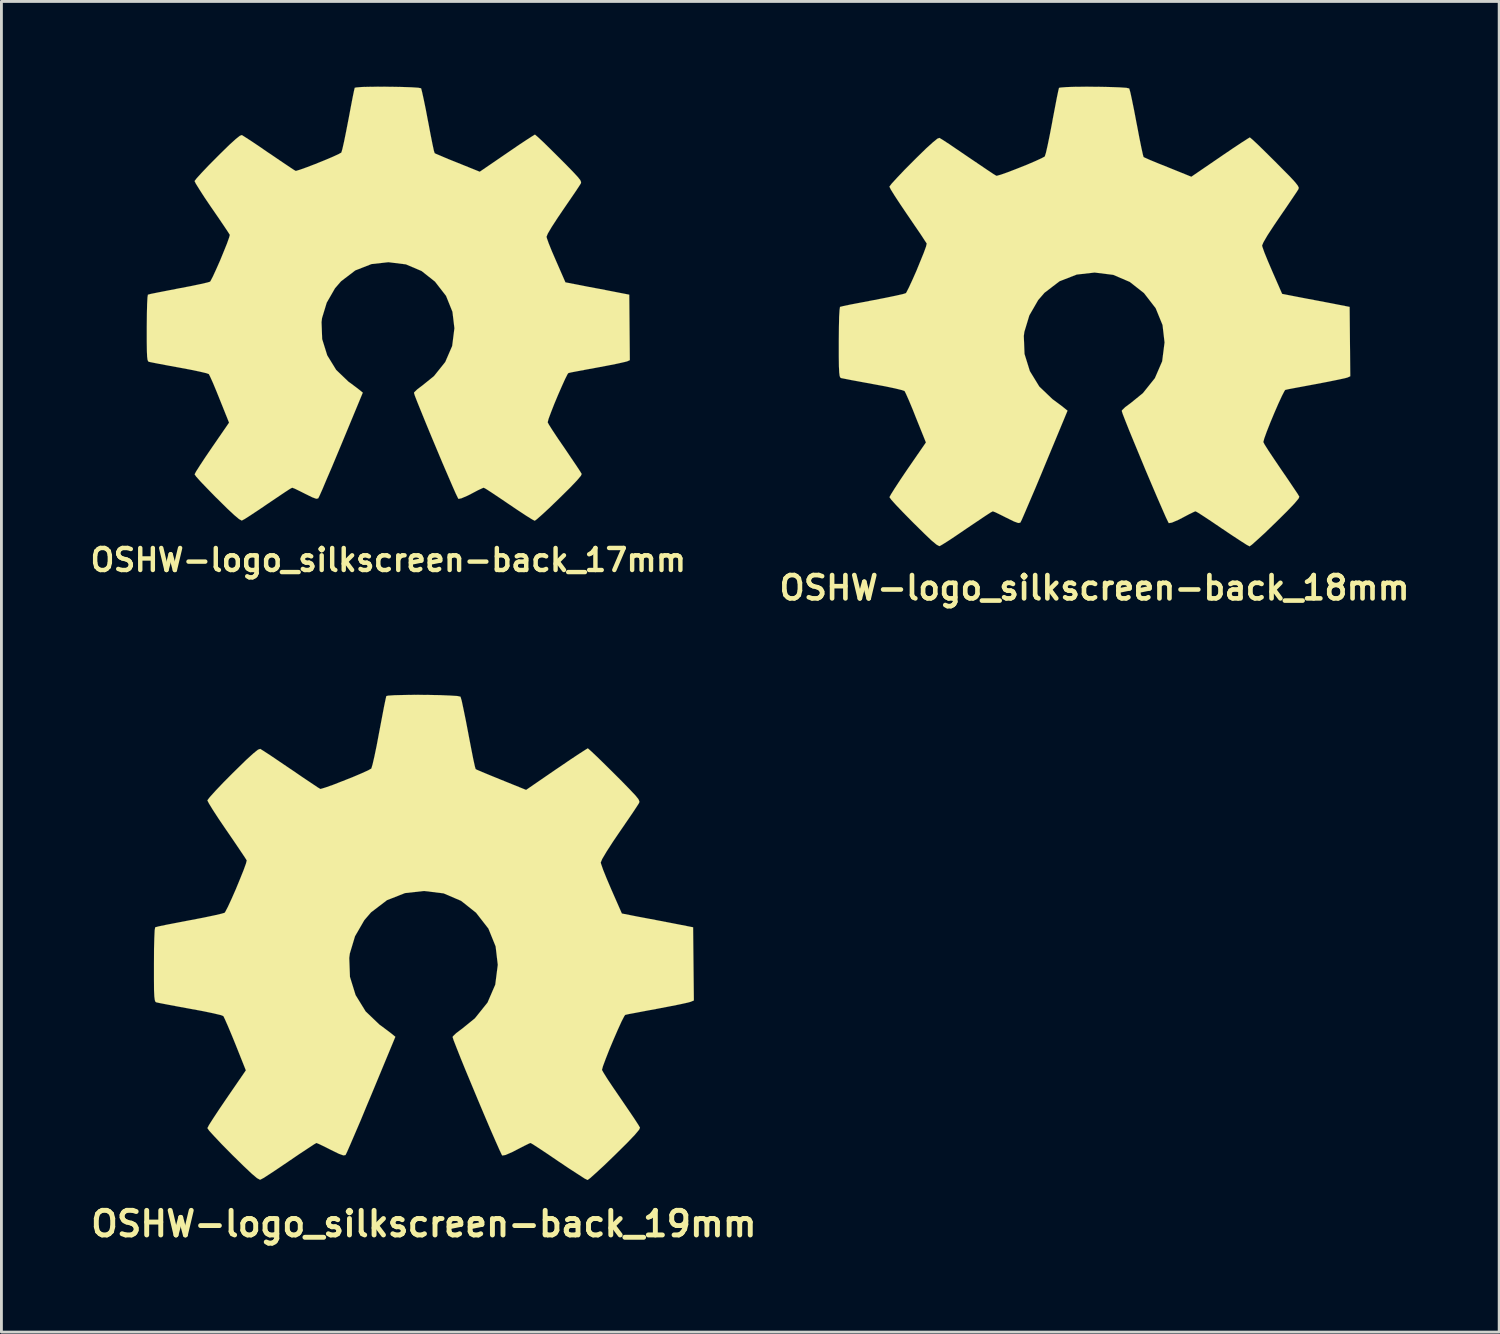
<source format=kicad_pcb>
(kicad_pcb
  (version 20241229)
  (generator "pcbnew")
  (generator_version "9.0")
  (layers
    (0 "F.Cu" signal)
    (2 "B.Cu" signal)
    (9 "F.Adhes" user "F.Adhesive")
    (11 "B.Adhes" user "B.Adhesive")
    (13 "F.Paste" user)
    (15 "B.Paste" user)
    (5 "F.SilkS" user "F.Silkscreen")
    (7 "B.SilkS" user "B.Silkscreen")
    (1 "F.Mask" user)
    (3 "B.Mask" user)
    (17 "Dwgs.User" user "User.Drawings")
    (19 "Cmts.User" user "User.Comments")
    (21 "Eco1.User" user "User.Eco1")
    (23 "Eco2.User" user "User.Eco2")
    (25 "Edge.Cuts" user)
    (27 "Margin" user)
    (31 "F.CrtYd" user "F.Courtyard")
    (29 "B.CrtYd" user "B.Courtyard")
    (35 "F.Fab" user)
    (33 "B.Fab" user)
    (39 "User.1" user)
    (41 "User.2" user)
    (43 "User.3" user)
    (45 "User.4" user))
  (footprint "OSHW-logo_silkscreen-back_19mm"
    (layer "F.Cu")
    (at 11.865 29.937)
    (property "Reference" "OSHW-logo_silkscreen-back_19mm" (at 0 10.076 0) (layer "F.SilkS") (effects (font (size 0.866 0.866) (thickness 0.173))))
    (attr through_hole)
    (fp_poly (pts (xy 5.761 8.534) (xy 5.659 8.484) (xy 5.438 8.341) (xy 5.121 8.136) (xy 4.745 7.884) (xy 4.369 7.628) (xy 4.059 7.422) (xy 3.843 7.282) (xy 3.754 7.231) (xy 3.703 7.249) (xy 3.526 7.336) (xy 3.266 7.47) (xy 3.114 7.549) (xy 2.875 7.653) (xy 2.758 7.673) (xy 2.738 7.64) (xy 2.652 7.457) (xy 2.515 7.148) (xy 2.334 6.734) (xy 2.129 6.253) (xy 1.91 5.733) (xy 1.689 5.202) (xy 1.478 4.696) (xy 1.293 4.242) (xy 1.146 3.871) (xy 1.046 3.614) (xy 1.011 3.505) (xy 1.021 3.48) (xy 1.14 3.365) (xy 1.349 3.208) (xy 1.796 2.845) (xy 2.24 2.291) (xy 2.512 1.661) (xy 2.601 0.963) (xy 2.525 0.315) (xy 2.271 -0.312) (xy 1.836 -0.871) (xy 1.311 -1.288) (xy 0.693 -1.552) (xy 0.003 -1.636) (xy -0.663 -1.562) (xy -1.3 -1.311) (xy -1.859 -0.884) (xy -2.095 -0.61) (xy -2.423 -0.043) (xy -2.606 0.566) (xy -2.626 0.721) (xy -2.601 1.387) (xy -2.403 2.027) (xy -2.05 2.601) (xy -1.562 3.068) (xy -1.501 3.111) (xy -1.273 3.282) (xy -1.12 3.399) (xy -1.003 3.495) (xy -1.852 5.542) (xy -1.989 5.867) (xy -2.22 6.426) (xy -2.426 6.906) (xy -2.591 7.29) (xy -2.703 7.546) (xy -2.753 7.648) (xy -2.758 7.656) (xy -2.832 7.668) (xy -2.99 7.612) (xy -3.274 7.473) (xy -3.465 7.376) (xy -3.68 7.272) (xy -3.78 7.231) (xy -3.861 7.277) (xy -4.069 7.414) (xy -4.374 7.615) (xy -4.74 7.864) (xy -5.088 8.1) (xy -5.408 8.313) (xy -5.641 8.463) (xy -5.753 8.522) (xy -5.773 8.522) (xy -5.875 8.466) (xy -6.055 8.313) (xy -6.335 8.049) (xy -6.731 7.661) (xy -6.789 7.602) (xy -7.115 7.272) (xy -7.376 6.995) (xy -7.554 6.8) (xy -7.617 6.708) (xy -7.559 6.596) (xy -7.412 6.365) (xy -7.198 6.04) (xy -6.939 5.659) (xy -6.264 4.676) (xy -6.634 3.747) (xy -6.749 3.465) (xy -6.894 3.119) (xy -7.003 2.873) (xy -7.056 2.766) (xy -7.158 2.728) (xy -7.414 2.667) (xy -7.78 2.591) (xy -8.219 2.51) (xy -8.639 2.433) (xy -9.017 2.362) (xy -9.291 2.309) (xy -9.413 2.283) (xy -9.444 2.266) (xy -9.467 2.207) (xy -9.484 2.078) (xy -9.495 1.847) (xy -9.497 1.486) (xy -9.497 0.963) (xy -9.497 0.907) (xy -9.495 0.406) (xy -9.484 0.008) (xy -9.472 -0.254) (xy -9.454 -0.358) (xy -9.451 -0.358) (xy -9.335 -0.389) (xy -9.068 -0.445) (xy -8.689 -0.518) (xy -8.237 -0.605) (xy -8.209 -0.61) (xy -7.76 -0.696) (xy -7.384 -0.775) (xy -7.122 -0.836) (xy -7.01 -0.869) (xy -6.988 -0.902) (xy -6.896 -1.077) (xy -6.767 -1.356) (xy -6.617 -1.697) (xy -6.472 -2.05) (xy -6.345 -2.365) (xy -6.259 -2.603) (xy -6.233 -2.71) (xy -6.233 -2.713) (xy -6.302 -2.822) (xy -6.457 -3.053) (xy -6.675 -3.376) (xy -6.937 -3.759) (xy -6.957 -3.787) (xy -7.216 -4.168) (xy -7.424 -4.488) (xy -7.564 -4.717) (xy -7.617 -4.821) (xy -7.615 -4.829) (xy -7.531 -4.94) (xy -7.336 -5.156) (xy -7.061 -5.446) (xy -6.728 -5.781) (xy -6.622 -5.885) (xy -6.253 -6.246) (xy -5.994 -6.482) (xy -5.837 -6.607) (xy -5.761 -6.634) (xy -5.756 -6.634) (xy -5.641 -6.563) (xy -5.403 -6.408) (xy -5.077 -6.187) (xy -4.691 -5.926) (xy -4.663 -5.908) (xy -4.285 -5.649) (xy -3.967 -5.436) (xy -3.744 -5.286) (xy -3.645 -5.227) (xy -3.63 -5.227) (xy -3.475 -5.273) (xy -3.205 -5.367) (xy -2.873 -5.497) (xy -2.52 -5.636) (xy -2.202 -5.771) (xy -1.961 -5.88) (xy -1.849 -5.944) (xy -1.847 -5.951) (xy -1.806 -6.086) (xy -1.74 -6.37) (xy -1.659 -6.761) (xy -1.572 -7.226) (xy -1.557 -7.303) (xy -1.471 -7.755) (xy -1.4 -8.128) (xy -1.346 -8.387) (xy -1.321 -8.494) (xy -1.255 -8.509) (xy -1.034 -8.524) (xy -0.696 -8.532) (xy -0.287 -8.537) (xy 0.145 -8.534) (xy 0.564 -8.527) (xy 0.922 -8.512) (xy 1.179 -8.496) (xy 1.285 -8.473) (xy 1.29 -8.468) (xy 1.331 -8.329) (xy 1.392 -8.042) (xy 1.473 -7.648) (xy 1.562 -7.183) (xy 1.577 -7.102) (xy 1.664 -6.65) (xy 1.737 -6.279) (xy 1.793 -6.025) (xy 1.821 -5.926) (xy 1.862 -5.903) (xy 2.05 -5.822) (xy 2.352 -5.697) (xy 2.725 -5.545) (xy 3.597 -5.192) (xy 4.661 -5.923) (xy 4.76 -5.989) (xy 5.144 -6.251) (xy 5.458 -6.459) (xy 5.679 -6.601) (xy 5.768 -6.655) (xy 5.776 -6.65) (xy 5.883 -6.556) (xy 6.093 -6.358) (xy 6.38 -6.078) (xy 6.718 -5.743) (xy 6.967 -5.494) (xy 7.259 -5.194) (xy 7.447 -4.994) (xy 7.549 -4.867) (xy 7.584 -4.788) (xy 7.574 -4.735) (xy 7.506 -4.628) (xy 7.351 -4.392) (xy 7.13 -4.069) (xy 6.871 -3.691) (xy 6.657 -3.376) (xy 6.426 -3.018) (xy 6.274 -2.761) (xy 6.223 -2.637) (xy 6.236 -2.586) (xy 6.309 -2.377) (xy 6.436 -2.062) (xy 6.596 -1.687) (xy 6.967 -0.843) (xy 7.521 -0.734) (xy 7.856 -0.671) (xy 8.324 -0.582) (xy 8.776 -0.495) (xy 9.474 -0.358) (xy 9.5 2.217) (xy 9.39 2.263) (xy 9.289 2.291) (xy 9.027 2.349) (xy 8.656 2.423) (xy 8.219 2.507) (xy 7.846 2.576) (xy 7.473 2.647) (xy 7.203 2.697) (xy 7.084 2.725) (xy 7.054 2.766) (xy 6.96 2.946) (xy 6.828 3.236) (xy 6.678 3.581) (xy 6.525 3.945) (xy 6.396 4.275) (xy 6.302 4.529) (xy 6.266 4.661) (xy 6.32 4.757) (xy 6.459 4.981) (xy 6.668 5.293) (xy 6.924 5.667) (xy 7.178 6.04) (xy 7.394 6.358) (xy 7.544 6.589) (xy 7.605 6.693) (xy 7.574 6.764) (xy 7.424 6.944) (xy 7.145 7.236) (xy 6.726 7.65) (xy 6.657 7.717) (xy 6.325 8.037) (xy 6.043 8.296) (xy 5.847 8.471) (xy 5.761 8.534)) (stroke (width 0.003) (type solid)) (fill yes) (layer "F.SilkS")))
  (footprint "OSHW-logo_silkscreen-back_17mm"
    (layer "F.Cu")
    (at 10.613 7.639)
    (property "Reference" "OSHW-logo_silkscreen-back_17mm" (at 0 9.017 0) (layer "F.SilkS") (effects (font (size 0.775 0.775) (thickness 0.155))))
    (attr through_hole)
    (fp_poly (pts (xy 5.154 7.635) (xy 5.065 7.59) (xy 4.864 7.465) (xy 4.582 7.28) (xy 4.247 7.054) (xy 3.909 6.825) (xy 3.632 6.64) (xy 3.439 6.515) (xy 3.358 6.472) (xy 3.315 6.487) (xy 3.152 6.563) (xy 2.921 6.685) (xy 2.786 6.754) (xy 2.573 6.845) (xy 2.469 6.866) (xy 2.451 6.835) (xy 2.372 6.673) (xy 2.25 6.396) (xy 2.09 6.025) (xy 1.905 5.596) (xy 1.709 5.128) (xy 1.511 4.656) (xy 1.323 4.201) (xy 1.158 3.795) (xy 1.024 3.465) (xy 0.935 3.236) (xy 0.904 3.134) (xy 0.914 3.114) (xy 1.021 3.01) (xy 1.206 2.87) (xy 1.608 2.545) (xy 2.004 2.05) (xy 2.248 1.486) (xy 2.327 0.861) (xy 2.258 0.282) (xy 2.032 -0.279) (xy 1.643 -0.78) (xy 1.171 -1.153) (xy 0.62 -1.387) (xy 0.003 -1.463) (xy -0.592 -1.397) (xy -1.163 -1.173) (xy -1.664 -0.79) (xy -1.875 -0.546) (xy -2.167 -0.038) (xy -2.332 0.505) (xy -2.349 0.645) (xy -2.327 1.242) (xy -2.149 1.814) (xy -1.834 2.327) (xy -1.397 2.746) (xy -1.341 2.784) (xy -1.138 2.936) (xy -1.003 3.04) (xy -0.897 3.127) (xy -1.656 4.958) (xy -1.778 5.25) (xy -1.986 5.748) (xy -2.172 6.18) (xy -2.316 6.523) (xy -2.418 6.751) (xy -2.464 6.843) (xy -2.469 6.848) (xy -2.535 6.861) (xy -2.675 6.81) (xy -2.929 6.685) (xy -3.099 6.599) (xy -3.292 6.505) (xy -3.381 6.472) (xy -3.454 6.51) (xy -3.642 6.632) (xy -3.914 6.815) (xy -4.242 7.036) (xy -4.552 7.247) (xy -4.839 7.437) (xy -5.05 7.572) (xy -5.149 7.625) (xy -5.164 7.625) (xy -5.255 7.574) (xy -5.418 7.437) (xy -5.669 7.203) (xy -6.022 6.853) (xy -6.076 6.802) (xy -6.365 6.505) (xy -6.601 6.259) (xy -6.759 6.083) (xy -6.815 6.002) (xy -6.764 5.903) (xy -6.632 5.695) (xy -6.441 5.405) (xy -6.21 5.065) (xy -5.603 4.183) (xy -5.936 3.353) (xy -6.038 3.099) (xy -6.167 2.789) (xy -6.266 2.57) (xy -6.314 2.474) (xy -6.406 2.441) (xy -6.632 2.388) (xy -6.962 2.319) (xy -7.356 2.245) (xy -7.729 2.177) (xy -8.07 2.113) (xy -8.313 2.065) (xy -8.423 2.042) (xy -8.448 2.027) (xy -8.471 1.974) (xy -8.486 1.859) (xy -8.494 1.654) (xy -8.499 1.328) (xy -8.499 0.861) (xy -8.499 0.81) (xy -8.494 0.363) (xy -8.486 0.008) (xy -8.473 -0.229) (xy -8.458 -0.32) (xy -8.456 -0.32) (xy -8.352 -0.348) (xy -8.113 -0.396) (xy -7.775 -0.462) (xy -7.371 -0.541) (xy -7.346 -0.546) (xy -6.944 -0.622) (xy -6.607 -0.693) (xy -6.37 -0.747) (xy -6.271 -0.777) (xy -6.251 -0.808) (xy -6.17 -0.963) (xy -6.055 -1.214) (xy -5.921 -1.516) (xy -5.791 -1.834) (xy -5.677 -2.116) (xy -5.601 -2.329) (xy -5.575 -2.426) (xy -5.578 -2.428) (xy -5.639 -2.525) (xy -5.776 -2.731) (xy -5.972 -3.02) (xy -6.208 -3.363) (xy -6.226 -3.388) (xy -6.457 -3.729) (xy -6.642 -4.016) (xy -6.769 -4.221) (xy -6.815 -4.313) (xy -6.815 -4.321) (xy -6.739 -4.42) (xy -6.563 -4.613) (xy -6.317 -4.872) (xy -6.02 -5.171) (xy -5.926 -5.265) (xy -5.596 -5.588) (xy -5.364 -5.799) (xy -5.222 -5.911) (xy -5.154 -5.936) (xy -5.151 -5.936) (xy -5.05 -5.872) (xy -4.834 -5.733) (xy -4.542 -5.537) (xy -4.199 -5.301) (xy -4.173 -5.286) (xy -3.835 -5.055) (xy -3.551 -4.864) (xy -3.35 -4.729) (xy -3.261 -4.676) (xy -3.246 -4.676) (xy -3.109 -4.717) (xy -2.868 -4.803) (xy -2.57 -4.917) (xy -2.256 -5.044) (xy -1.971 -5.164) (xy -1.755 -5.263) (xy -1.654 -5.319) (xy -1.651 -5.324) (xy -1.615 -5.446) (xy -1.557 -5.7) (xy -1.486 -6.05) (xy -1.405 -6.467) (xy -1.392 -6.533) (xy -1.316 -6.939) (xy -1.252 -7.272) (xy -1.204 -7.503) (xy -1.181 -7.6) (xy -1.123 -7.612) (xy -0.925 -7.628) (xy -0.622 -7.635) (xy -0.257 -7.638) (xy 0.13 -7.635) (xy 0.505 -7.628) (xy 0.826 -7.617) (xy 1.054 -7.602) (xy 1.151 -7.582) (xy 1.156 -7.577) (xy 1.189 -7.45) (xy 1.245 -7.196) (xy 1.318 -6.843) (xy 1.397 -6.426) (xy 1.412 -6.353) (xy 1.488 -5.949) (xy 1.554 -5.618) (xy 1.603 -5.39) (xy 1.631 -5.301) (xy 1.666 -5.281) (xy 1.834 -5.21) (xy 2.103 -5.095) (xy 2.438 -4.961) (xy 3.218 -4.646) (xy 4.171 -5.298) (xy 4.26 -5.359) (xy 4.602 -5.593) (xy 4.884 -5.779) (xy 5.08 -5.905) (xy 5.161 -5.954) (xy 5.166 -5.949) (xy 5.263 -5.867) (xy 5.453 -5.69) (xy 5.71 -5.438) (xy 6.012 -5.138) (xy 6.233 -4.917) (xy 6.495 -4.648) (xy 6.662 -4.468) (xy 6.754 -4.354) (xy 6.784 -4.282) (xy 6.777 -4.237) (xy 6.716 -4.14) (xy 6.576 -3.929) (xy 6.378 -3.64) (xy 6.147 -3.302) (xy 5.956 -3.02) (xy 5.748 -2.7) (xy 5.613 -2.471) (xy 5.568 -2.36) (xy 5.578 -2.314) (xy 5.644 -2.126) (xy 5.758 -1.844) (xy 5.903 -1.509) (xy 6.233 -0.754) (xy 6.731 -0.658) (xy 7.028 -0.599) (xy 7.447 -0.521) (xy 7.851 -0.442) (xy 8.479 -0.32) (xy 8.499 1.984) (xy 8.402 2.027) (xy 8.311 2.05) (xy 8.077 2.103) (xy 7.747 2.169) (xy 7.356 2.243) (xy 7.021 2.304) (xy 6.685 2.367) (xy 6.444 2.413) (xy 6.337 2.438) (xy 6.309 2.474) (xy 6.226 2.637) (xy 6.109 2.896) (xy 5.974 3.205) (xy 5.839 3.528) (xy 5.723 3.825) (xy 5.639 4.051) (xy 5.608 4.171) (xy 5.654 4.257) (xy 5.779 4.455) (xy 5.966 4.737) (xy 6.195 5.07) (xy 6.421 5.405) (xy 6.614 5.69) (xy 6.749 5.895) (xy 6.805 5.989) (xy 6.777 6.053) (xy 6.642 6.213) (xy 6.393 6.474) (xy 6.017 6.845) (xy 5.956 6.904) (xy 5.659 7.191) (xy 5.408 7.422) (xy 5.23 7.579) (xy 5.154 7.635)) (stroke (width 0.003) (type solid)) (fill yes) (layer "F.SilkS")))
  (footprint "OSHW-logo_silkscreen-back_18mm"
    (layer "F.Cu")
    (at 35.464 8.089)
    (property "Reference" "OSHW-logo_silkscreen-back_18mm" (at 0 9.545 0) (layer "F.SilkS") (effects (font (size 0.82 0.82) (thickness 0.163))))
    (attr through_hole)
    (fp_poly (pts (xy 5.456 8.085) (xy 5.362 8.037) (xy 5.151 7.902) (xy 4.851 7.706) (xy 4.496 7.468) (xy 4.14 7.226) (xy 3.846 7.031) (xy 3.64 6.899) (xy 3.556 6.853) (xy 3.508 6.868) (xy 3.34 6.949) (xy 3.094 7.079) (xy 2.951 7.153) (xy 2.725 7.249) (xy 2.614 7.269) (xy 2.596 7.239) (xy 2.512 7.066) (xy 2.383 6.772) (xy 2.212 6.38) (xy 2.017 5.923) (xy 1.808 5.431) (xy 1.6 4.928) (xy 1.402 4.45) (xy 1.224 4.018) (xy 1.085 3.668) (xy 0.991 3.426) (xy 0.958 3.32) (xy 0.968 3.297) (xy 1.079 3.188) (xy 1.278 3.04) (xy 1.702 2.695) (xy 2.123 2.169) (xy 2.38 1.575) (xy 2.464 0.912) (xy 2.393 0.297) (xy 2.151 -0.295) (xy 1.74 -0.826) (xy 1.24 -1.219) (xy 0.658 -1.468) (xy 0.003 -1.549) (xy -0.627 -1.478) (xy -1.232 -1.242) (xy -1.76 -0.838) (xy -1.984 -0.579) (xy -2.294 -0.041) (xy -2.469 0.536) (xy -2.489 0.683) (xy -2.464 1.316) (xy -2.276 1.92) (xy -1.943 2.464) (xy -1.478 2.908) (xy -1.422 2.949) (xy -1.206 3.109) (xy -1.062 3.221) (xy -0.95 3.312) (xy -1.755 5.25) (xy -1.882 5.558) (xy -2.103 6.086) (xy -2.299 6.543) (xy -2.454 6.906) (xy -2.56 7.15) (xy -2.609 7.247) (xy -2.614 7.252) (xy -2.685 7.264) (xy -2.832 7.211) (xy -3.101 7.079) (xy -3.282 6.988) (xy -3.487 6.888) (xy -3.579 6.853) (xy -3.658 6.894) (xy -3.856 7.023) (xy -4.143 7.216) (xy -4.491 7.45) (xy -4.818 7.673) (xy -5.123 7.877) (xy -5.344 8.016) (xy -5.451 8.075) (xy -5.469 8.075) (xy -5.565 8.021) (xy -5.738 7.877) (xy -6.002 7.625) (xy -6.375 7.257) (xy -6.431 7.201) (xy -6.739 6.888) (xy -6.988 6.627) (xy -7.155 6.441) (xy -7.216 6.355) (xy -7.16 6.251) (xy -7.021 6.03) (xy -6.82 5.723) (xy -6.576 5.362) (xy -5.933 4.43) (xy -6.287 3.551) (xy -6.393 3.282) (xy -6.53 2.954) (xy -6.634 2.72) (xy -6.685 2.619) (xy -6.782 2.586) (xy -7.023 2.527) (xy -7.371 2.454) (xy -7.788 2.377) (xy -8.184 2.304) (xy -8.542 2.238) (xy -8.801 2.187) (xy -8.918 2.164) (xy -8.946 2.146) (xy -8.969 2.09) (xy -8.984 1.968) (xy -8.994 1.75) (xy -8.999 1.407) (xy -8.999 0.912) (xy -8.999 0.859) (xy -8.994 0.384) (xy -8.987 0.008) (xy -8.971 -0.241) (xy -8.956 -0.338) (xy -8.954 -0.34) (xy -8.844 -0.368) (xy -8.59 -0.422) (xy -8.232 -0.49) (xy -7.805 -0.572) (xy -7.777 -0.577) (xy -7.351 -0.66) (xy -6.995 -0.734) (xy -6.746 -0.79) (xy -6.64 -0.823) (xy -6.619 -0.853) (xy -6.533 -1.021) (xy -6.411 -1.285) (xy -6.269 -1.605) (xy -6.132 -1.941) (xy -6.01 -2.24) (xy -5.928 -2.466) (xy -5.905 -2.568) (xy -5.905 -2.57) (xy -5.972 -2.672) (xy -6.116 -2.893) (xy -6.325 -3.198) (xy -6.571 -3.561) (xy -6.591 -3.589) (xy -6.835 -3.95) (xy -7.033 -4.252) (xy -7.168 -4.47) (xy -7.216 -4.567) (xy -7.216 -4.575) (xy -7.135 -4.681) (xy -6.949 -4.884) (xy -6.688 -5.159) (xy -6.373 -5.476) (xy -6.274 -5.575) (xy -5.923 -5.918) (xy -5.679 -6.139) (xy -5.53 -6.259) (xy -5.456 -6.287) (xy -5.453 -6.284) (xy -5.344 -6.218) (xy -5.118 -6.071) (xy -4.811 -5.862) (xy -4.445 -5.613) (xy -4.42 -5.596) (xy -4.059 -5.352) (xy -3.759 -5.149) (xy -3.548 -5.009) (xy -3.454 -4.953) (xy -3.437 -4.953) (xy -3.292 -4.994) (xy -3.035 -5.085) (xy -2.72 -5.207) (xy -2.388 -5.339) (xy -2.085 -5.469) (xy -1.859 -5.573) (xy -1.753 -5.631) (xy -1.75 -5.636) (xy -1.709 -5.766) (xy -1.648 -6.035) (xy -1.572 -6.406) (xy -1.488 -6.845) (xy -1.476 -6.916) (xy -1.394 -7.346) (xy -1.326 -7.701) (xy -1.275 -7.945) (xy -1.25 -8.047) (xy -1.189 -8.059) (xy -0.978 -8.075) (xy -0.66 -8.085) (xy -0.272 -8.087) (xy 0.137 -8.085) (xy 0.533 -8.077) (xy 0.874 -8.065) (xy 1.118 -8.049) (xy 1.219 -8.026) (xy 1.222 -8.021) (xy 1.26 -7.889) (xy 1.318 -7.62) (xy 1.394 -7.247) (xy 1.478 -6.805) (xy 1.494 -6.726) (xy 1.575 -6.299) (xy 1.646 -5.949) (xy 1.699 -5.707) (xy 1.725 -5.613) (xy 1.765 -5.593) (xy 1.941 -5.514) (xy 2.228 -5.395) (xy 2.583 -5.253) (xy 3.406 -4.92) (xy 4.417 -5.611) (xy 4.508 -5.674) (xy 4.872 -5.921) (xy 5.171 -6.119) (xy 5.38 -6.253) (xy 5.464 -6.304) (xy 5.471 -6.299) (xy 5.573 -6.213) (xy 5.773 -6.025) (xy 6.045 -5.758) (xy 6.365 -5.441) (xy 6.599 -5.204) (xy 6.878 -4.923) (xy 7.054 -4.732) (xy 7.15 -4.61) (xy 7.186 -4.536) (xy 7.176 -4.486) (xy 7.112 -4.384) (xy 6.962 -4.161) (xy 6.754 -3.853) (xy 6.51 -3.498) (xy 6.307 -3.198) (xy 6.086 -2.86) (xy 5.944 -2.616) (xy 5.895 -2.499) (xy 5.908 -2.449) (xy 5.977 -2.253) (xy 6.099 -1.953) (xy 6.251 -1.598) (xy 6.601 -0.798) (xy 7.125 -0.696) (xy 7.442 -0.635) (xy 7.887 -0.551) (xy 8.313 -0.47) (xy 8.976 -0.34) (xy 8.999 2.101) (xy 8.898 2.146) (xy 8.799 2.172) (xy 8.552 2.225) (xy 8.202 2.296) (xy 7.788 2.375) (xy 7.435 2.441) (xy 7.079 2.507) (xy 6.825 2.555) (xy 6.711 2.581) (xy 6.683 2.619) (xy 6.594 2.791) (xy 6.467 3.066) (xy 6.325 3.393) (xy 6.182 3.736) (xy 6.058 4.051) (xy 5.972 4.29) (xy 5.939 4.415) (xy 5.987 4.508) (xy 6.119 4.717) (xy 6.317 5.014) (xy 6.558 5.37) (xy 6.8 5.723) (xy 7.003 6.025) (xy 7.148 6.241) (xy 7.206 6.34) (xy 7.176 6.408) (xy 7.033 6.579) (xy 6.769 6.855) (xy 6.373 7.247) (xy 6.307 7.31) (xy 5.992 7.615) (xy 5.725 7.859) (xy 5.54 8.024) (xy 5.456 8.085)) (stroke (width 0.003) (type solid)) (fill yes) (layer "F.SilkS")))
  (gr_rect
    (start -3 -3)
    (end 49.702 43.823)
    (stroke (width 0.1) (type default))
    (fill no)
    (layer "Edge.Cuts")))
</source>
